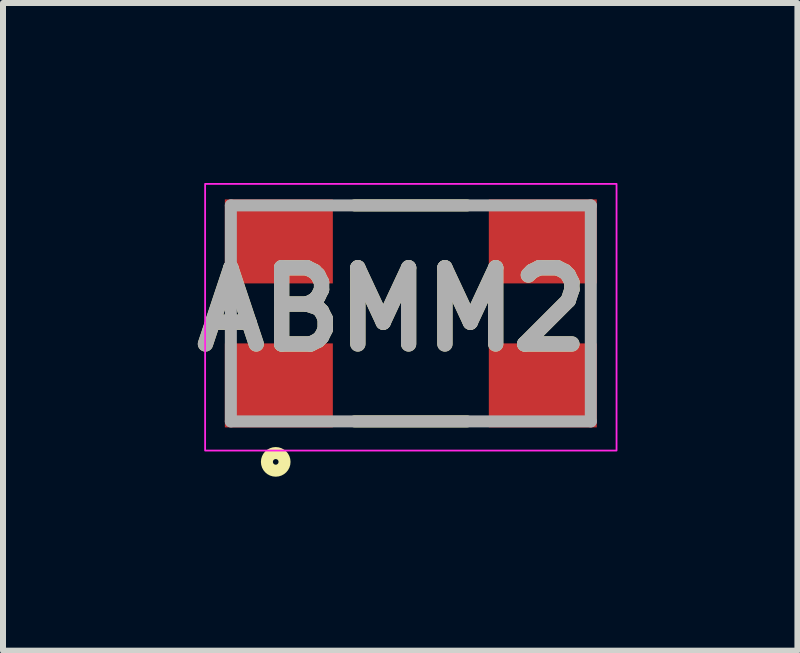
<source format=kicad_pcb>
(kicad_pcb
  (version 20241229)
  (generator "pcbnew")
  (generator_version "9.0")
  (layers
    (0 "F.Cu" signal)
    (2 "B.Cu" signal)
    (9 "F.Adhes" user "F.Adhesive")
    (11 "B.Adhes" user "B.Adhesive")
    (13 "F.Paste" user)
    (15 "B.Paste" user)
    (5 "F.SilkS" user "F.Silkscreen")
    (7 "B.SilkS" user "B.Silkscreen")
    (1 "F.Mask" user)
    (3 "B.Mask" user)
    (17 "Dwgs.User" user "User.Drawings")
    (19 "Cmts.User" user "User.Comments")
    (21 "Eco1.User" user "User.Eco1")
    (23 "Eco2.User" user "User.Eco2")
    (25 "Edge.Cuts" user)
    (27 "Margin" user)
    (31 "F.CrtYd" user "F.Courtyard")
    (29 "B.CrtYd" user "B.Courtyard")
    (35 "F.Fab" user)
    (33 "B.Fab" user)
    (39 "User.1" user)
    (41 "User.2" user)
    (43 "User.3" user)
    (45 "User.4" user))
  (footprint "ABMM2"
    (layer "F.Cu")
    (at 3.798 2.174)
    (property "Reference" "ABMM2" (at -0.309 -0.065 0) (layer "F.SilkS") (effects (font (size 1.27 1.27) (thickness 0.254))))
    (attr smd)
    (fp_line (start -0.938 -1.8) (end 0.938 -1.8) (stroke (width 0.2) (type solid)) (layer "F.SilkS"))
    (fp_line (start -0.938 1.8) (end 0.938 1.8) (stroke (width 0.2) (type solid)) (layer "F.SilkS"))
    (fp_circle (center -2.252 2.475) (end -2.252 2.522) (stroke (width 0.2) (type solid)) (fill no) (layer "F.SilkS"))
    (fp_rect (start -3.429 -2.159) (end 3.429 2.286) (stroke (width 0.03) (type default)) (fill no) (layer "F.CrtYd"))
    (fp_line (start -3 -1.8) (end 3 -1.8) (stroke (width 0.2) (type solid)) (layer "F.Fab"))
    (fp_line (start -3 1.8) (end -3 -1.8) (stroke (width 0.2) (type solid)) (layer "F.Fab"))
    (fp_line (start 3 -1.8) (end 3 1.8) (stroke (width 0.2) (type solid)) (layer "F.Fab"))
    (fp_line (start 3 1.8) (end -3 1.8) (stroke (width 0.2) (type solid)) (layer "F.Fab"))
    (fp_text user "${REFERENCE}" (at -0.309 -0.065 0) (layer "F.Fab") (effects (font (size 1.27 1.27) (thickness 0.254))))
    (pad "1" smd rect (at -2.2 1.2 90) (size 1.4 1.8) (layers "F.Cu" "F.Mask" "F.Paste"))
    (pad "2" smd rect (at 2.2 1.2 90) (size 1.4 1.8) (layers "F.Cu" "F.Mask" "F.Paste"))
    (pad "3" smd rect (at 2.2 -1.2 90) (size 1.4 1.8) (layers "F.Cu" "F.Mask" "F.Paste"))
    (pad "4" smd rect (at -2.2 -1.2 90) (size 1.4 1.8) (layers "F.Cu" "F.Mask" "F.Paste")))
  (gr_rect
    (start -3 -3)
    (end 10.242 7.796)
    (stroke (width 0.1) (type default))
    (fill no)
    (layer "Edge.Cuts")))
</source>
